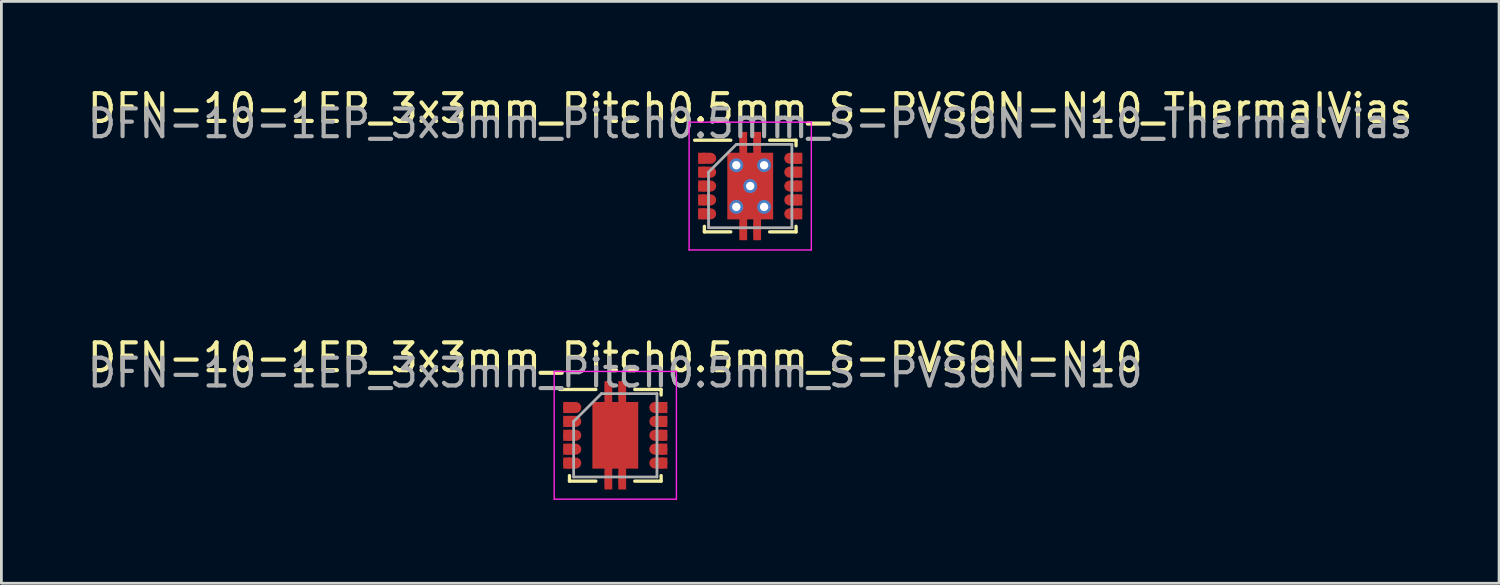
<source format=kicad_pcb>
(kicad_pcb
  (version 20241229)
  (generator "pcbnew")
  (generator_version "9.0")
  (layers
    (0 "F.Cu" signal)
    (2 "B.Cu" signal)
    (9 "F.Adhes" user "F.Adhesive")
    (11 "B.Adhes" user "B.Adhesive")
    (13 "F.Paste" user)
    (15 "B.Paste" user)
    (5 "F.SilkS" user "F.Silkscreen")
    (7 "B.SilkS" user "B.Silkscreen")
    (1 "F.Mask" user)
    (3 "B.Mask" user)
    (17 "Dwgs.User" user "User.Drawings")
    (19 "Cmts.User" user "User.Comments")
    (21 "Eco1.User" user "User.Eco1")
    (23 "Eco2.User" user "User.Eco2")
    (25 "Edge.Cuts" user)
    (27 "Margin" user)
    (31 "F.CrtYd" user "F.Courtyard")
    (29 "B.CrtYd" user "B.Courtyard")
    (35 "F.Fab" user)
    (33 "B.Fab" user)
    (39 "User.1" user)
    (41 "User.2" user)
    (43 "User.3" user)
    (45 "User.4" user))
  (footprint "DFN-10-1EP_3x3mm_Pitch0.5mm_S-PVSON-N10_ThermalVias"
    (layer "F.Cu")
    (at 23.958 3.648)
    (property "Reference" "DFN-10-1EP_3x3mm_Pitch0.5mm_S-PVSON-N10_ThermalVias" (at 0 -2.8 0) (layer "F.SilkS") (effects (font (size 1 1) (thickness 0.15))))
    (attr smd)
    (fp_line (start -2 -1.65) (end -0.7 -1.65) (stroke (width 0.12) (type solid)) (layer "F.SilkS"))
    (fp_line (start -1.65 1.65) (end -1.65 1.45) (stroke (width 0.12) (type solid)) (layer "F.SilkS"))
    (fp_line (start -1.65 1.65) (end -0.7 1.65) (stroke (width 0.12) (type solid)) (layer "F.SilkS"))
    (fp_line (start 0.7 -1.65) (end 1.65 -1.65) (stroke (width 0.12) (type solid)) (layer "F.SilkS"))
    (fp_line (start 0.7 1.65) (end 1.65 1.65) (stroke (width 0.12) (type solid)) (layer "F.SilkS"))
    (fp_line (start 1.65 -1.45) (end 1.65 -1.65) (stroke (width 0.12) (type solid)) (layer "F.SilkS"))
    (fp_line (start 1.65 1.45) (end 1.65 1.65) (stroke (width 0.12) (type solid)) (layer "F.SilkS"))
    (fp_line (start -2.2 -2.3) (end -2.2 2.3) (stroke (width 0.05) (type solid)) (layer "F.CrtYd"))
    (fp_line (start -2.2 -2.3) (end 2.2 -2.3) (stroke (width 0.05) (type solid)) (layer "F.CrtYd"))
    (fp_line (start -2.2 2.3) (end 2.2 2.3) (stroke (width 0.05) (type solid)) (layer "F.CrtYd"))
    (fp_line (start 2.2 -2.3) (end 2.2 2.3) (stroke (width 0.05) (type solid)) (layer "F.CrtYd"))
    (fp_line (start -1.5 1.5) (end -1.5 -0.5) (stroke (width 0.1) (type solid)) (layer "F.Fab"))
    (fp_line (start -0.5 -1.5) (end -1.5 -0.5) (stroke (width 0.1) (type solid)) (layer "F.Fab"))
    (fp_line (start -0.5 -1.5) (end 1.5 -1.5) (stroke (width 0.1) (type solid)) (layer "F.Fab"))
    (fp_line (start 1.5 -1.5) (end 1.5 1.5) (stroke (width 0.1) (type solid)) (layer "F.Fab"))
    (fp_line (start 1.5 1.5) (end -1.5 1.5) (stroke (width 0.1) (type solid)) (layer "F.Fab"))
    (fp_text user "${REFERENCE}" (at 0 -2.25 0) (layer "F.Fab") (effects (font (size 1 1) (thickness 0.15))))
    (pad "1" smd rect (at -1.75 -1) (size 0.25 0.4) (layers "F.Cu" "F.Mask" "F.Paste"))
    (pad "1" smd roundrect (at -1.55 -1) (size 0.65 0.4) (layers "F.Cu" "F.Mask" "F.Paste") (roundrect_rratio 0.5))
    (pad "2" smd rect (at -1.75 -0.5) (size 0.25 0.4) (layers "F.Cu" "F.Mask" "F.Paste"))
    (pad "2" smd roundrect (at -1.55 -0.5) (size 0.65 0.4) (layers "F.Cu" "F.Mask" "F.Paste") (roundrect_rratio 0.5))
    (pad "3" smd rect (at -1.75 0) (size 0.25 0.4) (layers "F.Cu" "F.Mask" "F.Paste"))
    (pad "3" smd roundrect (at -1.55 0) (size 0.65 0.4) (layers "F.Cu" "F.Mask" "F.Paste") (roundrect_rratio 0.5))
    (pad "4" smd rect (at -1.75 0.5) (size 0.25 0.4) (layers "F.Cu" "F.Mask" "F.Paste"))
    (pad "4" smd roundrect (at -1.55 0.5) (size 0.65 0.4) (layers "F.Cu" "F.Mask" "F.Paste") (roundrect_rratio 0.5))
    (pad "5" smd rect (at -1.75 1) (size 0.25 0.4) (layers "F.Cu" "F.Mask" "F.Paste"))
    (pad "5" smd roundrect (at -1.55 1) (size 0.65 0.4) (layers "F.Cu" "F.Mask" "F.Paste") (roundrect_rratio 0.5))
    (pad "6" smd roundrect (at 1.55 1) (size 0.65 0.4) (layers "F.Cu" "F.Mask" "F.Paste") (roundrect_rratio 0.5))
    (pad "6" smd rect (at 1.75 1) (size 0.25 0.4) (layers "F.Cu" "F.Mask" "F.Paste"))
    (pad "7" smd roundrect (at 1.55 0.5) (size 0.65 0.4) (layers "F.Cu" "F.Mask" "F.Paste") (roundrect_rratio 0.5))
    (pad "7" smd rect (at 1.75 0.5) (size 0.25 0.4) (layers "F.Cu" "F.Mask" "F.Paste"))
    (pad "8" smd roundrect (at 1.55 0) (size 0.65 0.4) (layers "F.Cu" "F.Mask" "F.Paste") (roundrect_rratio 0.5))
    (pad "8" smd rect (at 1.75 0) (size 0.25 0.4) (layers "F.Cu" "F.Mask" "F.Paste"))
    (pad "9" smd roundrect (at 1.55 -0.5) (size 0.65 0.4) (layers "F.Cu" "F.Mask" "F.Paste") (roundrect_rratio 0.5))
    (pad "9" smd rect (at 1.75 -0.5) (size 0.25 0.4) (layers "F.Cu" "F.Mask" "F.Paste"))
    (pad "10" smd roundrect (at 1.55 -1) (size 0.65 0.4) (layers "F.Cu" "F.Mask" "F.Paste") (roundrect_rratio 0.5))
    (pad "10" smd rect (at 1.75 -1) (size 0.25 0.4) (layers "F.Cu" "F.Mask" "F.Paste"))
    (pad "11" thru_hole circle (at -0.5 -0.75) (size 0.5 0.5) (drill 0.3) (layers "*.Cu" "*.Mask"))
    (pad "11" thru_hole circle (at -0.5 0.75) (size 0.5 0.5) (drill 0.3) (layers "*.Cu" "*.Mask"))
    (pad "11" smd rect (at -0.45 -0.635) (size 0.68 1.05) (layers "F.Cu" "F.Mask" "F.Paste"))
    (pad "11" smd rect (at -0.45 0.635) (size 0.68 1.05) (layers "F.Cu" "F.Mask" "F.Paste"))
    (pad "11" smd rect (at -0.25 -1.55) (size 0.26 0.5) (layers "F.Cu" "F.Mask" "F.Paste"))
    (pad "11" smd rect (at -0.25 -1.55) (size 0.28 0.8) (layers "F.Cu" "F.Mask"))
    (pad "11" smd rect (at -0.25 1.55) (size 0.26 0.5) (layers "F.Cu" "F.Mask" "F.Paste"))
    (pad "11" smd rect (at -0.25 1.55) (size 0.28 0.8) (layers "F.Cu" "F.Mask"))
    (pad "11" thru_hole circle (at 0 0) (size 0.5 0.5) (drill 0.3) (layers "*.Cu" "*.Mask"))
    (pad "11" smd rect (at 0 0) (size 1.65 2.4) (layers "F.Cu" "F.Mask"))
    (pad "11" smd rect (at 0.25 -1.55) (size 0.26 0.5) (layers "F.Cu" "F.Mask" "F.Paste"))
    (pad "11" smd rect (at 0.25 -1.55) (size 0.28 0.8) (layers "F.Cu" "F.Mask"))
    (pad "11" smd rect (at 0.25 1.55) (size 0.26 0.5) (layers "F.Cu" "F.Mask" "F.Paste"))
    (pad "11" smd rect (at 0.25 1.55) (size 0.28 0.8) (layers "F.Cu" "F.Mask"))
    (pad "11" smd rect (at 0.45 -0.635) (size 0.68 1.05) (layers "F.Cu" "F.Mask" "F.Paste"))
    (pad "11" smd rect (at 0.45 0.635) (size 0.68 1.05) (layers "F.Cu" "F.Mask" "F.Paste"))
    (pad "11" thru_hole circle (at 0.5 -0.75) (size 0.5 0.5) (drill 0.3) (layers "*.Cu" "*.Mask"))
    (pad "11" thru_hole circle (at 0.5 0.75) (size 0.5 0.5) (drill 0.3) (layers "*.Cu" "*.Mask")))
  (footprint "DFN-10-1EP_3x3mm_Pitch0.5mm_S-PVSON-N10"
    (layer "F.Cu")
    (at 19.101 12.621)
    (property "Reference" "DFN-10-1EP_3x3mm_Pitch0.5mm_S-PVSON-N10" (at 0 -2.8 0) (layer "F.SilkS") (effects (font (size 1 1) (thickness 0.15))))
    (attr smd)
    (fp_line (start -2 -1.65) (end -0.7 -1.65) (stroke (width 0.12) (type solid)) (layer "F.SilkS"))
    (fp_line (start -1.65 1.65) (end -1.65 1.45) (stroke (width 0.12) (type solid)) (layer "F.SilkS"))
    (fp_line (start -1.65 1.65) (end -0.7 1.65) (stroke (width 0.12) (type solid)) (layer "F.SilkS"))
    (fp_line (start 0.7 -1.65) (end 1.65 -1.65) (stroke (width 0.12) (type solid)) (layer "F.SilkS"))
    (fp_line (start 0.7 1.65) (end 1.65 1.65) (stroke (width 0.12) (type solid)) (layer "F.SilkS"))
    (fp_line (start 1.65 -1.45) (end 1.65 -1.65) (stroke (width 0.12) (type solid)) (layer "F.SilkS"))
    (fp_line (start 1.65 1.45) (end 1.65 1.65) (stroke (width 0.12) (type solid)) (layer "F.SilkS"))
    (fp_line (start -2.2 -2.3) (end -2.2 2.3) (stroke (width 0.05) (type solid)) (layer "F.CrtYd"))
    (fp_line (start -2.2 -2.3) (end 2.2 -2.3) (stroke (width 0.05) (type solid)) (layer "F.CrtYd"))
    (fp_line (start -2.2 2.3) (end 2.2 2.3) (stroke (width 0.05) (type solid)) (layer "F.CrtYd"))
    (fp_line (start 2.2 -2.3) (end 2.2 2.3) (stroke (width 0.05) (type solid)) (layer "F.CrtYd"))
    (fp_line (start -1.5 1.5) (end -1.5 -0.5) (stroke (width 0.1) (type solid)) (layer "F.Fab"))
    (fp_line (start -0.5 -1.5) (end -1.5 -0.5) (stroke (width 0.1) (type solid)) (layer "F.Fab"))
    (fp_line (start -0.5 -1.5) (end 1.5 -1.5) (stroke (width 0.1) (type solid)) (layer "F.Fab"))
    (fp_line (start 1.5 -1.5) (end 1.5 1.5) (stroke (width 0.1) (type solid)) (layer "F.Fab"))
    (fp_line (start 1.5 1.5) (end -1.5 1.5) (stroke (width 0.1) (type solid)) (layer "F.Fab"))
    (fp_text user "${REFERENCE}" (at 0 -2.25 0) (layer "F.Fab") (effects (font (size 1 1) (thickness 0.15))))
    (pad "1" smd rect (at -1.75 -1) (size 0.25 0.4) (layers "F.Cu" "F.Mask" "F.Paste"))
    (pad "1" smd roundrect (at -1.55 -1) (size 0.65 0.4) (layers "F.Cu" "F.Mask" "F.Paste") (roundrect_rratio 0.5))
    (pad "2" smd rect (at -1.75 -0.5) (size 0.25 0.4) (layers "F.Cu" "F.Mask" "F.Paste"))
    (pad "2" smd roundrect (at -1.55 -0.5) (size 0.65 0.4) (layers "F.Cu" "F.Mask" "F.Paste") (roundrect_rratio 0.5))
    (pad "3" smd rect (at -1.75 0) (size 0.25 0.4) (layers "F.Cu" "F.Mask" "F.Paste"))
    (pad "3" smd roundrect (at -1.55 0) (size 0.65 0.4) (layers "F.Cu" "F.Mask" "F.Paste") (roundrect_rratio 0.5))
    (pad "4" smd rect (at -1.75 0.5) (size 0.25 0.4) (layers "F.Cu" "F.Mask" "F.Paste"))
    (pad "4" smd roundrect (at -1.55 0.5) (size 0.65 0.4) (layers "F.Cu" "F.Mask" "F.Paste") (roundrect_rratio 0.5))
    (pad "5" smd rect (at -1.75 1) (size 0.25 0.4) (layers "F.Cu" "F.Mask" "F.Paste"))
    (pad "5" smd roundrect (at -1.55 1) (size 0.65 0.4) (layers "F.Cu" "F.Mask" "F.Paste") (roundrect_rratio 0.5))
    (pad "6" smd roundrect (at 1.55 1) (size 0.65 0.4) (layers "F.Cu" "F.Mask" "F.Paste") (roundrect_rratio 0.5))
    (pad "6" smd rect (at 1.75 1) (size 0.25 0.4) (layers "F.Cu" "F.Mask" "F.Paste"))
    (pad "7" smd roundrect (at 1.55 0.5) (size 0.65 0.4) (layers "F.Cu" "F.Mask" "F.Paste") (roundrect_rratio 0.5))
    (pad "7" smd rect (at 1.75 0.5) (size 0.25 0.4) (layers "F.Cu" "F.Mask" "F.Paste"))
    (pad "8" smd roundrect (at 1.55 0) (size 0.65 0.4) (layers "F.Cu" "F.Mask" "F.Paste") (roundrect_rratio 0.5))
    (pad "8" smd rect (at 1.75 0) (size 0.25 0.4) (layers "F.Cu" "F.Mask" "F.Paste"))
    (pad "9" smd roundrect (at 1.55 -0.5) (size 0.65 0.4) (layers "F.Cu" "F.Mask" "F.Paste") (roundrect_rratio 0.5))
    (pad "9" smd rect (at 1.75 -0.5) (size 0.25 0.4) (layers "F.Cu" "F.Mask" "F.Paste"))
    (pad "10" smd roundrect (at 1.55 -1) (size 0.65 0.4) (layers "F.Cu" "F.Mask" "F.Paste") (roundrect_rratio 0.5))
    (pad "10" smd rect (at 1.75 -1) (size 0.25 0.4) (layers "F.Cu" "F.Mask" "F.Paste"))
    (pad "11" smd rect (at -0.45 -0.635) (size 0.68 1.05) (layers "F.Cu" "F.Mask" "F.Paste"))
    (pad "11" smd rect (at -0.45 0.635) (size 0.68 1.05) (layers "F.Cu" "F.Mask" "F.Paste"))
    (pad "11" smd rect (at -0.25 -1.55) (size 0.26 0.5) (layers "F.Cu" "F.Mask" "F.Paste"))
    (pad "11" smd rect (at -0.25 -1.55) (size 0.28 0.8) (layers "F.Cu" "F.Mask"))
    (pad "11" smd rect (at -0.25 1.55) (size 0.26 0.5) (layers "F.Cu" "F.Mask" "F.Paste"))
    (pad "11" smd rect (at -0.25 1.55) (size 0.28 0.8) (layers "F.Cu" "F.Mask"))
    (pad "11" smd rect (at 0 0) (size 1.65 2.4) (layers "F.Cu" "F.Mask"))
    (pad "11" smd rect (at 0.25 -1.55) (size 0.26 0.5) (layers "F.Cu" "F.Mask" "F.Paste"))
    (pad "11" smd rect (at 0.25 -1.55) (size 0.28 0.8) (layers "F.Cu" "F.Mask"))
    (pad "11" smd rect (at 0.25 1.55) (size 0.26 0.5) (layers "F.Cu" "F.Mask" "F.Paste"))
    (pad "11" smd rect (at 0.25 1.55) (size 0.28 0.8) (layers "F.Cu" "F.Mask"))
    (pad "11" smd rect (at 0.45 -0.635) (size 0.68 1.05) (layers "F.Cu" "F.Mask" "F.Paste"))
    (pad "11" smd rect (at 0.45 0.635) (size 0.68 1.05) (layers "F.Cu" "F.Mask" "F.Paste")))
  (gr_rect
    (start -3 -3)
    (end 50.917 17.947)
    (stroke (width 0.1) (type default))
    (fill no)
    (layer "Edge.Cuts")))
</source>
